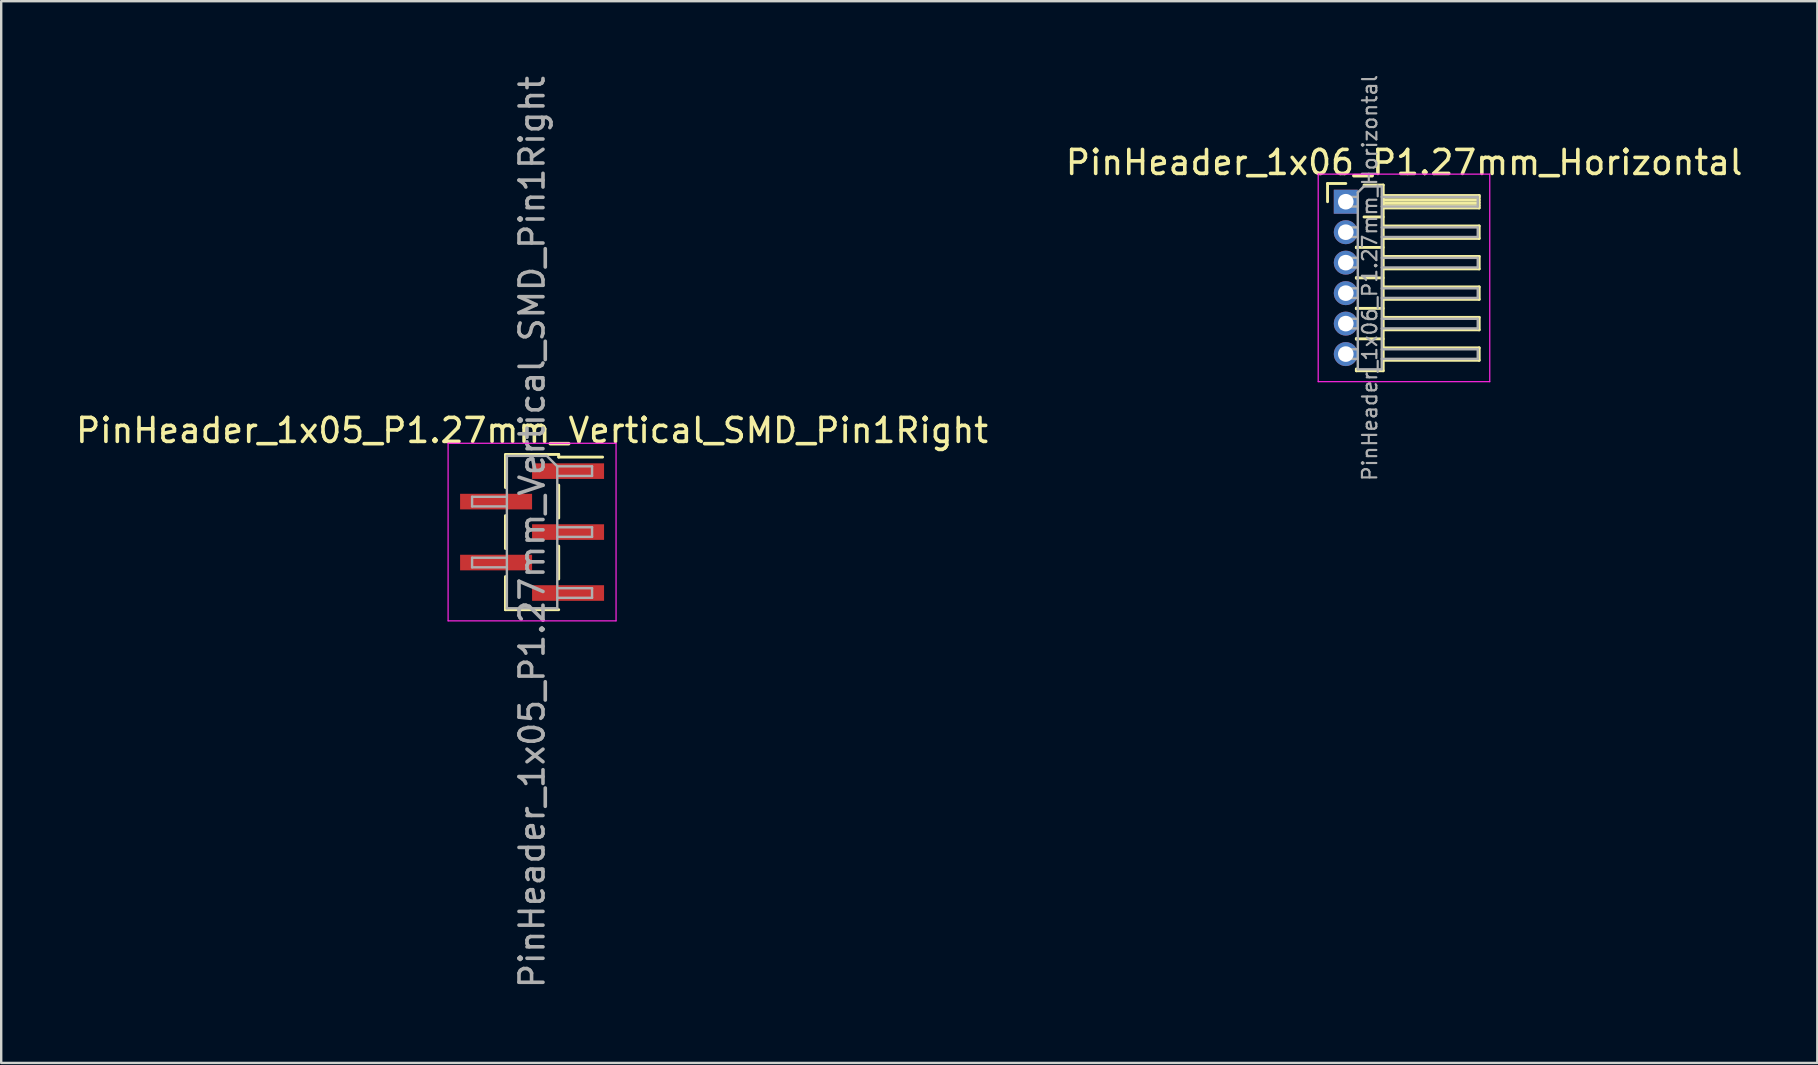
<source format=kicad_pcb>
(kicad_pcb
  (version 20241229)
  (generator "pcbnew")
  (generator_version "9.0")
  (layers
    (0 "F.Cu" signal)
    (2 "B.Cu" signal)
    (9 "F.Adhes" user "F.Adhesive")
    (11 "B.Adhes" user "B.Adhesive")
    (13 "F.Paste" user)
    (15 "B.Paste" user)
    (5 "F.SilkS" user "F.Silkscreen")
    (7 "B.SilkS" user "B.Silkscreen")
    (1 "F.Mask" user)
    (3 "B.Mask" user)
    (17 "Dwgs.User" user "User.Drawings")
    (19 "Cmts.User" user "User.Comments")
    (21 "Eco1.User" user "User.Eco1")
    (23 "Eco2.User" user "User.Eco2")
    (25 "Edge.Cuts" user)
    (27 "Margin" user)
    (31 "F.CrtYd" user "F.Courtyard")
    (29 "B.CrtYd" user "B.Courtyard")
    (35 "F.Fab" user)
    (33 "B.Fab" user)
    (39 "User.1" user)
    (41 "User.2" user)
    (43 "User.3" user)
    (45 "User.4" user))
  (footprint "PinHeader_1x06_P1.27mm_Horizontal"
    (layer "F.Cu")
    (at 53.038 5.357)
    (property "Reference" "PinHeader_1x06_P1.27mm_Horizontal" (at 2.433 -1.635 0) (layer "F.SilkS") (effects (font (size 1 1) (thickness 0.15))))
    (attr through_hole)
    (fp_line (start -0.76 -0.76) (end 0 -0.76) (stroke (width 0.12) (type solid)) (layer "F.SilkS"))
    (fp_line (start -0.76 0) (end -0.76 -0.76) (stroke (width 0.12) (type solid)) (layer "F.SilkS"))
    (fp_line (start 0.44 1.89) (end 0.44 1.92) (stroke (width 0.12) (type solid)) (layer "F.SilkS"))
    (fp_line (start 0.44 1.905) (end 1.56 1.905) (stroke (width 0.12) (type solid)) (layer "F.SilkS"))
    (fp_line (start 0.44 3.16) (end 0.44 3.19) (stroke (width 0.12) (type solid)) (layer "F.SilkS"))
    (fp_line (start 0.44 3.175) (end 1.56 3.175) (stroke (width 0.12) (type solid)) (layer "F.SilkS"))
    (fp_line (start 0.44 4.43) (end 0.44 4.46) (stroke (width 0.12) (type solid)) (layer "F.SilkS"))
    (fp_line (start 0.44 4.445) (end 1.56 4.445) (stroke (width 0.12) (type solid)) (layer "F.SilkS"))
    (fp_line (start 0.44 5.7) (end 0.44 5.73) (stroke (width 0.12) (type solid)) (layer "F.SilkS"))
    (fp_line (start 0.44 5.715) (end 1.56 5.715) (stroke (width 0.12) (type solid)) (layer "F.SilkS"))
    (fp_line (start 0.44 7.045) (end 0.44 6.97) (stroke (width 0.12) (type solid)) (layer "F.SilkS"))
    (fp_line (start 0.76 -0.695) (end 1.56 -0.695) (stroke (width 0.12) (type solid)) (layer "F.SilkS"))
    (fp_line (start 0.76 0.635) (end 1.56 0.635) (stroke (width 0.12) (type solid)) (layer "F.SilkS"))
    (fp_line (start 1.56 -0.695) (end 1.56 7.045) (stroke (width 0.12) (type solid)) (layer "F.SilkS"))
    (fp_line (start 1.56 -0.26) (end 5.56 -0.26) (stroke (width 0.12) (type solid)) (layer "F.SilkS"))
    (fp_line (start 1.56 -0.2) (end 5.56 -0.2) (stroke (width 0.12) (type solid)) (layer "F.SilkS"))
    (fp_line (start 1.56 -0.08) (end 5.56 -0.08) (stroke (width 0.12) (type solid)) (layer "F.SilkS"))
    (fp_line (start 1.56 0.04) (end 5.56 0.04) (stroke (width 0.12) (type solid)) (layer "F.SilkS"))
    (fp_line (start 1.56 0.16) (end 5.56 0.16) (stroke (width 0.12) (type solid)) (layer "F.SilkS"))
    (fp_line (start 1.56 1.01) (end 5.56 1.01) (stroke (width 0.12) (type solid)) (layer "F.SilkS"))
    (fp_line (start 1.56 2.28) (end 5.56 2.28) (stroke (width 0.12) (type solid)) (layer "F.SilkS"))
    (fp_line (start 1.56 3.55) (end 5.56 3.55) (stroke (width 0.12) (type solid)) (layer "F.SilkS"))
    (fp_line (start 1.56 4.82) (end 5.56 4.82) (stroke (width 0.12) (type solid)) (layer "F.SilkS"))
    (fp_line (start 1.56 6.09) (end 5.56 6.09) (stroke (width 0.12) (type solid)) (layer "F.SilkS"))
    (fp_line (start 1.56 7.045) (end 0.44 7.045) (stroke (width 0.12) (type solid)) (layer "F.SilkS"))
    (fp_line (start 5.56 -0.26) (end 5.56 0.26) (stroke (width 0.12) (type solid)) (layer "F.SilkS"))
    (fp_line (start 5.56 0.26) (end 1.56 0.26) (stroke (width 0.12) (type solid)) (layer "F.SilkS"))
    (fp_line (start 5.56 1.01) (end 5.56 1.53) (stroke (width 0.12) (type solid)) (layer "F.SilkS"))
    (fp_line (start 5.56 1.53) (end 1.56 1.53) (stroke (width 0.12) (type solid)) (layer "F.SilkS"))
    (fp_line (start 5.56 2.28) (end 5.56 2.8) (stroke (width 0.12) (type solid)) (layer "F.SilkS"))
    (fp_line (start 5.56 2.8) (end 1.56 2.8) (stroke (width 0.12) (type solid)) (layer "F.SilkS"))
    (fp_line (start 5.56 3.55) (end 5.56 4.07) (stroke (width 0.12) (type solid)) (layer "F.SilkS"))
    (fp_line (start 5.56 4.07) (end 1.56 4.07) (stroke (width 0.12) (type solid)) (layer "F.SilkS"))
    (fp_line (start 5.56 4.82) (end 5.56 5.34) (stroke (width 0.12) (type solid)) (layer "F.SilkS"))
    (fp_line (start 5.56 5.34) (end 1.56 5.34) (stroke (width 0.12) (type solid)) (layer "F.SilkS"))
    (fp_line (start 5.56 6.09) (end 5.56 6.61) (stroke (width 0.12) (type solid)) (layer "F.SilkS"))
    (fp_line (start 5.56 6.61) (end 1.56 6.61) (stroke (width 0.12) (type solid)) (layer "F.SilkS"))
    (fp_line (start -1.15 -1.15) (end -1.15 7.5) (stroke (width 0.05) (type solid)) (layer "F.CrtYd"))
    (fp_line (start -1.15 7.5) (end 6 7.5) (stroke (width 0.05) (type solid)) (layer "F.CrtYd"))
    (fp_line (start 6 -1.15) (end -1.15 -1.15) (stroke (width 0.05) (type solid)) (layer "F.CrtYd"))
    (fp_line (start 6 7.5) (end 6 -1.15) (stroke (width 0.05) (type solid)) (layer "F.CrtYd"))
    (fp_line (start -0.2 -0.2) (end -0.2 0.2) (stroke (width 0.1) (type solid)) (layer "F.Fab"))
    (fp_line (start -0.2 -0.2) (end 0.5 -0.2) (stroke (width 0.1) (type solid)) (layer "F.Fab"))
    (fp_line (start -0.2 0.2) (end 0.5 0.2) (stroke (width 0.1) (type solid)) (layer "F.Fab"))
    (fp_line (start -0.2 1.07) (end -0.2 1.47) (stroke (width 0.1) (type solid)) (layer "F.Fab"))
    (fp_line (start -0.2 1.07) (end 0.5 1.07) (stroke (width 0.1) (type solid)) (layer "F.Fab"))
    (fp_line (start -0.2 1.47) (end 0.5 1.47) (stroke (width 0.1) (type solid)) (layer "F.Fab"))
    (fp_line (start -0.2 2.34) (end -0.2 2.74) (stroke (width 0.1) (type solid)) (layer "F.Fab"))
    (fp_line (start -0.2 2.34) (end 0.5 2.34) (stroke (width 0.1) (type solid)) (layer "F.Fab"))
    (fp_line (start -0.2 2.74) (end 0.5 2.74) (stroke (width 0.1) (type solid)) (layer "F.Fab"))
    (fp_line (start -0.2 3.61) (end -0.2 4.01) (stroke (width 0.1) (type solid)) (layer "F.Fab"))
    (fp_line (start -0.2 3.61) (end 0.5 3.61) (stroke (width 0.1) (type solid)) (layer "F.Fab"))
    (fp_line (start -0.2 4.01) (end 0.5 4.01) (stroke (width 0.1) (type solid)) (layer "F.Fab"))
    (fp_line (start -0.2 4.88) (end -0.2 5.28) (stroke (width 0.1) (type solid)) (layer "F.Fab"))
    (fp_line (start -0.2 4.88) (end 0.5 4.88) (stroke (width 0.1) (type solid)) (layer "F.Fab"))
    (fp_line (start -0.2 5.28) (end 0.5 5.28) (stroke (width 0.1) (type solid)) (layer "F.Fab"))
    (fp_line (start -0.2 6.15) (end -0.2 6.55) (stroke (width 0.1) (type solid)) (layer "F.Fab"))
    (fp_line (start -0.2 6.15) (end 0.5 6.15) (stroke (width 0.1) (type solid)) (layer "F.Fab"))
    (fp_line (start -0.2 6.55) (end 0.5 6.55) (stroke (width 0.1) (type solid)) (layer "F.Fab"))
    (fp_line (start 0.5 -0.385) (end 0.75 -0.635) (stroke (width 0.1) (type solid)) (layer "F.Fab"))
    (fp_line (start 0.5 6.985) (end 0.5 -0.385) (stroke (width 0.1) (type solid)) (layer "F.Fab"))
    (fp_line (start 0.75 -0.635) (end 1.5 -0.635) (stroke (width 0.1) (type solid)) (layer "F.Fab"))
    (fp_line (start 1.5 -0.635) (end 1.5 6.985) (stroke (width 0.1) (type solid)) (layer "F.Fab"))
    (fp_line (start 1.5 -0.2) (end 5.5 -0.2) (stroke (width 0.1) (type solid)) (layer "F.Fab"))
    (fp_line (start 1.5 0.2) (end 5.5 0.2) (stroke (width 0.1) (type solid)) (layer "F.Fab"))
    (fp_line (start 1.5 1.07) (end 5.5 1.07) (stroke (width 0.1) (type solid)) (layer "F.Fab"))
    (fp_line (start 1.5 1.47) (end 5.5 1.47) (stroke (width 0.1) (type solid)) (layer "F.Fab"))
    (fp_line (start 1.5 2.34) (end 5.5 2.34) (stroke (width 0.1) (type solid)) (layer "F.Fab"))
    (fp_line (start 1.5 2.74) (end 5.5 2.74) (stroke (width 0.1) (type solid)) (layer "F.Fab"))
    (fp_line (start 1.5 3.61) (end 5.5 3.61) (stroke (width 0.1) (type solid)) (layer "F.Fab"))
    (fp_line (start 1.5 4.01) (end 5.5 4.01) (stroke (width 0.1) (type solid)) (layer "F.Fab"))
    (fp_line (start 1.5 4.88) (end 5.5 4.88) (stroke (width 0.1) (type solid)) (layer "F.Fab"))
    (fp_line (start 1.5 5.28) (end 5.5 5.28) (stroke (width 0.1) (type solid)) (layer "F.Fab"))
    (fp_line (start 1.5 6.15) (end 5.5 6.15) (stroke (width 0.1) (type solid)) (layer "F.Fab"))
    (fp_line (start 1.5 6.55) (end 5.5 6.55) (stroke (width 0.1) (type solid)) (layer "F.Fab"))
    (fp_line (start 1.5 6.985) (end 0.5 6.985) (stroke (width 0.1) (type solid)) (layer "F.Fab"))
    (fp_line (start 5.5 -0.2) (end 5.5 0.2) (stroke (width 0.1) (type solid)) (layer "F.Fab"))
    (fp_line (start 5.5 1.07) (end 5.5 1.47) (stroke (width 0.1) (type solid)) (layer "F.Fab"))
    (fp_line (start 5.5 2.34) (end 5.5 2.74) (stroke (width 0.1) (type solid)) (layer "F.Fab"))
    (fp_line (start 5.5 3.61) (end 5.5 4.01) (stroke (width 0.1) (type solid)) (layer "F.Fab"))
    (fp_line (start 5.5 4.88) (end 5.5 5.28) (stroke (width 0.1) (type solid)) (layer "F.Fab"))
    (fp_line (start 5.5 6.15) (end 5.5 6.55) (stroke (width 0.1) (type solid)) (layer "F.Fab"))
    (fp_text user "${REFERENCE}" (at 1 3.175 90) (layer "F.Fab") (effects (font (size 0.6 0.6) (thickness 0.09))))
    (pad "1" thru_hole rect (at 0 0) (size 1 1) (drill 0.65) (layers "*.Cu" "*.Mask"))
    (pad "2" thru_hole oval (at 0 1.27) (size 1 1) (drill 0.65) (layers "*.Cu" "*.Mask"))
    (pad "3" thru_hole oval (at 0 2.54) (size 1 1) (drill 0.65) (layers "*.Cu" "*.Mask"))
    (pad "4" thru_hole oval (at 0 3.81) (size 1 1) (drill 0.65) (layers "*.Cu" "*.Mask"))
    (pad "5" thru_hole oval (at 0 5.08) (size 1 1) (drill 0.65) (layers "*.Cu" "*.Mask"))
    (pad "6" thru_hole oval (at 0 6.35) (size 1 1) (drill 0.65) (layers "*.Cu" "*.Mask")))
  (footprint "PinHeader_1x05_P1.27mm_Vertical_SMD_Pin1Right"
    (layer "F.Cu")
    (at 19.125 19.125)
    (property "Reference" "PinHeader_1x05_P1.27mm_Vertical_SMD_Pin1Right" (at 0 -4.235 0) (layer "F.SilkS") (effects (font (size 1 1) (thickness 0.15))))
    (attr smd)
    (fp_line (start -1.11 -3.235) (end 1.11 -3.235) (stroke (width 0.12) (type solid)) (layer "F.SilkS"))
    (fp_line (start -1.11 -3.225) (end -1.11 -1.855) (stroke (width 0.12) (type solid)) (layer "F.SilkS"))
    (fp_line (start -1.11 -0.685) (end -1.11 0.685) (stroke (width 0.12) (type solid)) (layer "F.SilkS"))
    (fp_line (start -1.11 1.855) (end -1.11 3.225) (stroke (width 0.12) (type solid)) (layer "F.SilkS"))
    (fp_line (start -1.11 3.125) (end -1.11 3.235) (stroke (width 0.12) (type solid)) (layer "F.SilkS"))
    (fp_line (start -1.11 3.235) (end 1.11 3.235) (stroke (width 0.12) (type solid)) (layer "F.SilkS"))
    (fp_line (start 1.11 -3.235) (end 1.11 -3.125) (stroke (width 0.12) (type solid)) (layer "F.SilkS"))
    (fp_line (start 1.11 -3.125) (end 2.94 -3.125) (stroke (width 0.12) (type solid)) (layer "F.SilkS"))
    (fp_line (start 1.11 -1.955) (end 1.11 -0.585) (stroke (width 0.12) (type solid)) (layer "F.SilkS"))
    (fp_line (start 1.11 0.585) (end 1.11 1.955) (stroke (width 0.12) (type solid)) (layer "F.SilkS"))
    (fp_line (start -3.5 -3.7) (end -3.5 3.7) (stroke (width 0.05) (type solid)) (layer "F.CrtYd"))
    (fp_line (start -3.5 3.7) (end 3.5 3.7) (stroke (width 0.05) (type solid)) (layer "F.CrtYd"))
    (fp_line (start 3.5 -3.7) (end -3.5 -3.7) (stroke (width 0.05) (type solid)) (layer "F.CrtYd"))
    (fp_line (start 3.5 3.7) (end 3.5 -3.7) (stroke (width 0.05) (type solid)) (layer "F.CrtYd"))
    (fp_line (start -2.5 -1.47) (end -2.5 -1.07) (stroke (width 0.1) (type solid)) (layer "F.Fab"))
    (fp_line (start -2.5 -1.07) (end -1.05 -1.07) (stroke (width 0.1) (type solid)) (layer "F.Fab"))
    (fp_line (start -2.5 1.07) (end -2.5 1.47) (stroke (width 0.1) (type solid)) (layer "F.Fab"))
    (fp_line (start -2.5 1.47) (end -1.05 1.47) (stroke (width 0.1) (type solid)) (layer "F.Fab"))
    (fp_line (start -1.05 -3.175) (end -1.05 3.175) (stroke (width 0.1) (type solid)) (layer "F.Fab"))
    (fp_line (start -1.05 -3.175) (end 0.615 -3.175) (stroke (width 0.1) (type solid)) (layer "F.Fab"))
    (fp_line (start -1.05 -1.47) (end -2.5 -1.47) (stroke (width 0.1) (type solid)) (layer "F.Fab"))
    (fp_line (start -1.05 1.07) (end -2.5 1.07) (stroke (width 0.1) (type solid)) (layer "F.Fab"))
    (fp_line (start 1.05 -2.74) (end 0.615 -3.175) (stroke (width 0.1) (type solid)) (layer "F.Fab"))
    (fp_line (start 1.05 -2.74) (end 2.5 -2.74) (stroke (width 0.1) (type solid)) (layer "F.Fab"))
    (fp_line (start 1.05 -0.2) (end 2.5 -0.2) (stroke (width 0.1) (type solid)) (layer "F.Fab"))
    (fp_line (start 1.05 2.34) (end 2.5 2.34) (stroke (width 0.1) (type solid)) (layer "F.Fab"))
    (fp_line (start 1.05 3.175) (end -1.05 3.175) (stroke (width 0.1) (type solid)) (layer "F.Fab"))
    (fp_line (start 1.05 3.175) (end 1.05 -2.74) (stroke (width 0.1) (type solid)) (layer "F.Fab"))
    (fp_line (start 2.5 -2.74) (end 2.5 -2.34) (stroke (width 0.1) (type solid)) (layer "F.Fab"))
    (fp_line (start 2.5 -2.34) (end 1.05 -2.34) (stroke (width 0.1) (type solid)) (layer "F.Fab"))
    (fp_line (start 2.5 -0.2) (end 2.5 0.2) (stroke (width 0.1) (type solid)) (layer "F.Fab"))
    (fp_line (start 2.5 0.2) (end 1.05 0.2) (stroke (width 0.1) (type solid)) (layer "F.Fab"))
    (fp_line (start 2.5 2.34) (end 2.5 2.74) (stroke (width 0.1) (type solid)) (layer "F.Fab"))
    (fp_line (start 2.5 2.74) (end 1.05 2.74) (stroke (width 0.1) (type solid)) (layer "F.Fab"))
    (fp_text user "${REFERENCE}" (at 0 0 90) (layer "F.Fab") (effects (font (size 1 1) (thickness 0.15))))
    (pad "1" smd rect (at 1.5 -2.54) (size 3 0.65) (layers "F.Cu" "F.Mask" "F.Paste"))
    (pad "2" smd rect (at -1.5 -1.27) (size 3 0.65) (layers "F.Cu" "F.Mask" "F.Paste"))
    (pad "3" smd rect (at 1.5 0) (size 3 0.65) (layers "F.Cu" "F.Mask" "F.Paste"))
    (pad "4" smd rect (at -1.5 1.27) (size 3 0.65) (layers "F.Cu" "F.Mask" "F.Paste"))
    (pad "5" smd rect (at 1.5 2.54) (size 3 0.65) (layers "F.Cu" "F.Mask" "F.Paste")))
  (gr_rect
    (start -3 -3)
    (end 72.69 41.25)
    (stroke (width 0.1) (type default))
    (fill no)
    (layer "Edge.Cuts")))
</source>
